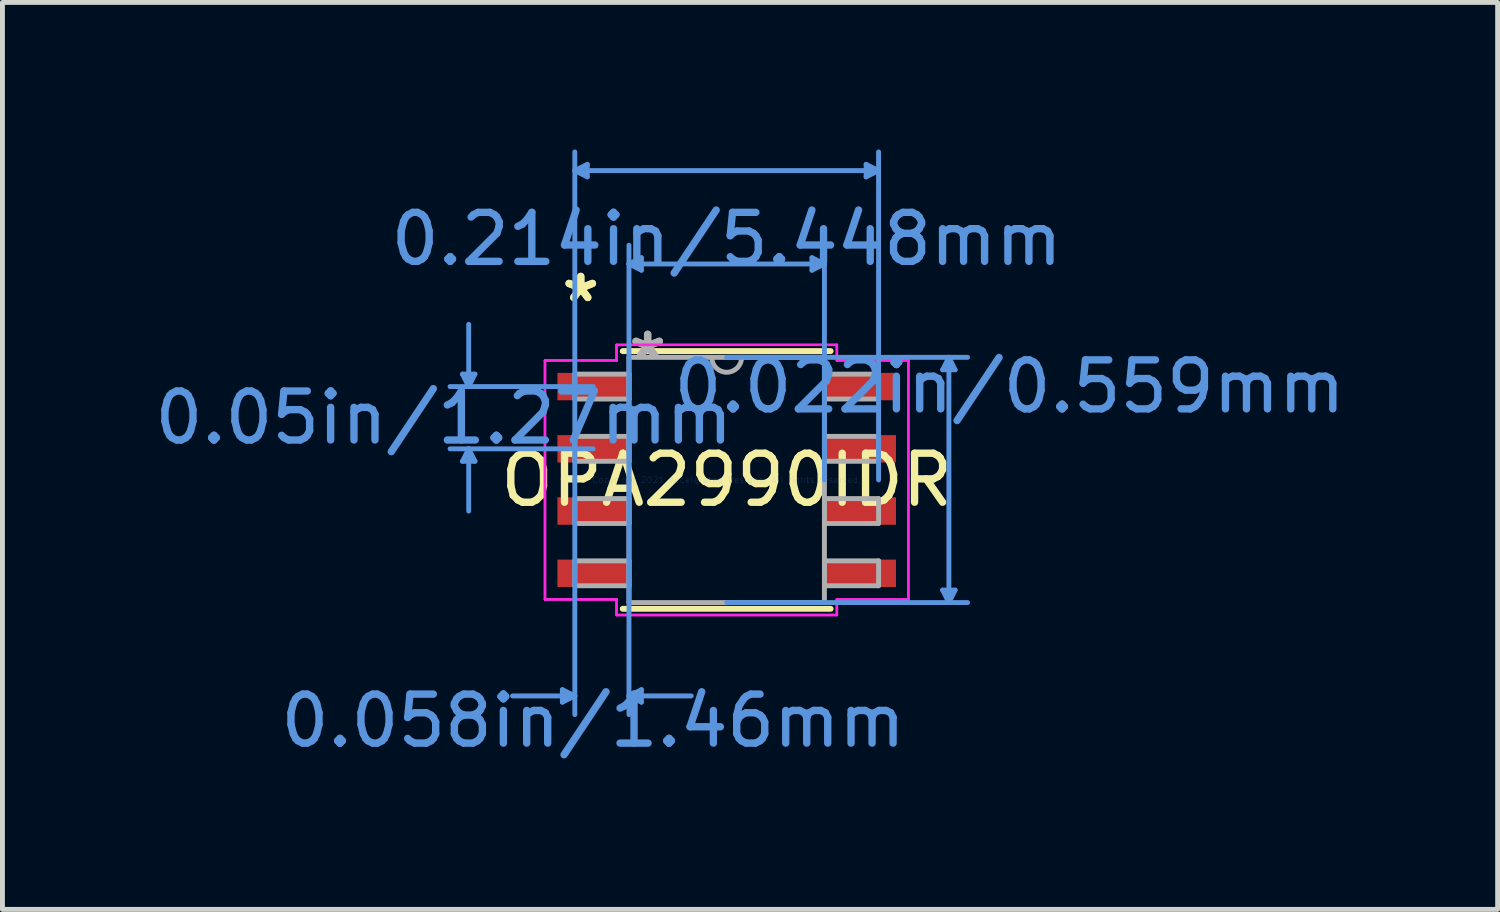
<source format=kicad_pcb>
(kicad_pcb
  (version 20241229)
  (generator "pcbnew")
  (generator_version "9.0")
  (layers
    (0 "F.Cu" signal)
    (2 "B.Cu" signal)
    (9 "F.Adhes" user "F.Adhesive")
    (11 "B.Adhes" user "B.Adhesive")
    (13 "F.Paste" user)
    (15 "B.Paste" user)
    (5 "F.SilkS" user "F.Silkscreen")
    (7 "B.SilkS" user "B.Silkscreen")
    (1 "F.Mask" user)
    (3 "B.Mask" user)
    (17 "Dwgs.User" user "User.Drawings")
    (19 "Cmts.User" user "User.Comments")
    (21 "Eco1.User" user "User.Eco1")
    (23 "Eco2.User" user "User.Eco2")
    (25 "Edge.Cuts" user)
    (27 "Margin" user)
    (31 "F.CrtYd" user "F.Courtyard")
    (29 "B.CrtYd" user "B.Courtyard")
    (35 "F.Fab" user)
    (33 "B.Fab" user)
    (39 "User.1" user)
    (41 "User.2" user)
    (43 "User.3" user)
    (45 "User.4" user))
  (footprint "OPA2990IDR"
    (layer "F.Cu")
    (at 11.778 6.743)
    (property "Reference" "OPA2990IDR" (at 0 0 0) (layer "F.SilkS") (effects (font (size 1 1) (thickness 0.15))))
    (attr through_hole)
    (fp_line (start -2.121 2.629) (end 2.121 2.629) (stroke (width 0.12) (type solid)) (layer "F.SilkS"))
    (fp_line (start 2.121 -2.629) (end -2.121 -2.629) (stroke (width 0.12) (type solid)) (layer "F.SilkS"))
    (fp_line (start -5.391 -2.159) (end -5.137 -2.159) (stroke (width 0.1) (type solid)) (layer "Cmts.User"))
    (fp_line (start -5.391 -0.381) (end -5.137 -0.381) (stroke (width 0.1) (type solid)) (layer "Cmts.User"))
    (fp_line (start -5.264 -1.905) (end -5.391 -2.159) (stroke (width 0.1) (type solid)) (layer "Cmts.User"))
    (fp_line (start -5.264 -1.905) (end -5.264 -3.175) (stroke (width 0.1) (type solid)) (layer "Cmts.User"))
    (fp_line (start -5.264 -1.905) (end -5.137 -2.159) (stroke (width 0.1) (type solid)) (layer "Cmts.User"))
    (fp_line (start -5.264 -0.635) (end -5.391 -0.381) (stroke (width 0.1) (type solid)) (layer "Cmts.User"))
    (fp_line (start -5.264 -0.635) (end -5.264 0.635) (stroke (width 0.1) (type solid)) (layer "Cmts.User"))
    (fp_line (start -5.264 -0.635) (end -5.137 -0.381) (stroke (width 0.1) (type solid)) (layer "Cmts.User"))
    (fp_line (start -3.353 4.28) (end -3.353 4.534) (stroke (width 0.1) (type solid)) (layer "Cmts.User"))
    (fp_line (start -3.099 -6.312) (end -2.845 -6.439) (stroke (width 0.1) (type solid)) (layer "Cmts.User"))
    (fp_line (start -3.099 -6.312) (end -2.845 -6.185) (stroke (width 0.1) (type solid)) (layer "Cmts.User"))
    (fp_line (start -3.099 -6.312) (end 3.099 -6.312) (stroke (width 0.1) (type solid)) (layer "Cmts.User"))
    (fp_line (start -3.099 0) (end -3.099 -6.693) (stroke (width 0.1) (type solid)) (layer "Cmts.User"))
    (fp_line (start -3.099 0) (end -3.099 4.788) (stroke (width 0.1) (type solid)) (layer "Cmts.User"))
    (fp_line (start -3.099 4.407) (end -4.369 4.407) (stroke (width 0.1) (type solid)) (layer "Cmts.User"))
    (fp_line (start -3.099 4.407) (end -3.353 4.28) (stroke (width 0.1) (type solid)) (layer "Cmts.User"))
    (fp_line (start -3.099 4.407) (end -3.353 4.534) (stroke (width 0.1) (type solid)) (layer "Cmts.User"))
    (fp_line (start -2.845 -6.439) (end -2.845 -6.185) (stroke (width 0.1) (type solid)) (layer "Cmts.User"))
    (fp_line (start -2.724 -1.905) (end -5.645 -1.905) (stroke (width 0.1) (type solid)) (layer "Cmts.User"))
    (fp_line (start -2.724 -0.635) (end -5.645 -0.635) (stroke (width 0.1) (type solid)) (layer "Cmts.User"))
    (fp_line (start -1.994 -4.407) (end -1.74 -4.534) (stroke (width 0.1) (type solid)) (layer "Cmts.User"))
    (fp_line (start -1.994 -4.407) (end -1.74 -4.28) (stroke (width 0.1) (type solid)) (layer "Cmts.User"))
    (fp_line (start -1.994 -4.407) (end 1.994 -4.407) (stroke (width 0.1) (type solid)) (layer "Cmts.User"))
    (fp_line (start -1.994 0) (end -1.994 -4.788) (stroke (width 0.1) (type solid)) (layer "Cmts.User"))
    (fp_line (start -1.994 0) (end -1.994 4.788) (stroke (width 0.1) (type solid)) (layer "Cmts.User"))
    (fp_line (start -1.994 4.407) (end -1.74 4.28) (stroke (width 0.1) (type solid)) (layer "Cmts.User"))
    (fp_line (start -1.994 4.407) (end -1.74 4.534) (stroke (width 0.1) (type solid)) (layer "Cmts.User"))
    (fp_line (start -1.994 4.407) (end -0.724 4.407) (stroke (width 0.1) (type solid)) (layer "Cmts.User"))
    (fp_line (start -1.74 -4.534) (end -1.74 -4.28) (stroke (width 0.1) (type solid)) (layer "Cmts.User"))
    (fp_line (start -1.74 4.28) (end -1.74 4.534) (stroke (width 0.1) (type solid)) (layer "Cmts.User"))
    (fp_line (start 0 -2.502) (end 4.915 -2.502) (stroke (width 0.1) (type solid)) (layer "Cmts.User"))
    (fp_line (start 0 2.502) (end 4.915 2.502) (stroke (width 0.1) (type solid)) (layer "Cmts.User"))
    (fp_line (start 1.74 -4.534) (end 1.74 -4.28) (stroke (width 0.1) (type solid)) (layer "Cmts.User"))
    (fp_line (start 1.994 -4.407) (end 1.74 -4.534) (stroke (width 0.1) (type solid)) (layer "Cmts.User"))
    (fp_line (start 1.994 -4.407) (end 1.74 -4.28) (stroke (width 0.1) (type solid)) (layer "Cmts.User"))
    (fp_line (start 1.994 0) (end 1.994 -4.788) (stroke (width 0.1) (type solid)) (layer "Cmts.User"))
    (fp_line (start 2.845 -6.439) (end 2.845 -6.185) (stroke (width 0.1) (type solid)) (layer "Cmts.User"))
    (fp_line (start 3.099 -6.312) (end 2.845 -6.439) (stroke (width 0.1) (type solid)) (layer "Cmts.User"))
    (fp_line (start 3.099 -6.312) (end 2.845 -6.185) (stroke (width 0.1) (type solid)) (layer "Cmts.User"))
    (fp_line (start 3.099 0) (end 3.099 -6.693) (stroke (width 0.1) (type solid)) (layer "Cmts.User"))
    (fp_line (start 4.407 -2.248) (end 4.661 -2.248) (stroke (width 0.1) (type solid)) (layer "Cmts.User"))
    (fp_line (start 4.407 2.248) (end 4.661 2.248) (stroke (width 0.1) (type solid)) (layer "Cmts.User"))
    (fp_line (start 4.534 -2.502) (end 4.407 -2.248) (stroke (width 0.1) (type solid)) (layer "Cmts.User"))
    (fp_line (start 4.534 -2.502) (end 4.534 2.502) (stroke (width 0.1) (type solid)) (layer "Cmts.User"))
    (fp_line (start 4.534 -2.502) (end 4.661 -2.248) (stroke (width 0.1) (type solid)) (layer "Cmts.User"))
    (fp_line (start 4.534 2.502) (end 4.407 2.248) (stroke (width 0.1) (type solid)) (layer "Cmts.User"))
    (fp_line (start 4.534 2.502) (end 4.661 2.248) (stroke (width 0.1) (type solid)) (layer "Cmts.User"))
    (fp_line (start -3.708 -2.438) (end -2.248 -2.438) (stroke (width 0.05) (type solid)) (layer "F.CrtYd"))
    (fp_line (start -3.708 -2.438) (end -2.248 -2.438) (stroke (width 0.05) (type solid)) (layer "F.CrtYd"))
    (fp_line (start -3.708 2.438) (end -3.708 -2.438) (stroke (width 0.05) (type solid)) (layer "F.CrtYd"))
    (fp_line (start -3.708 2.438) (end -3.708 -2.438) (stroke (width 0.05) (type solid)) (layer "F.CrtYd"))
    (fp_line (start -3.708 2.438) (end -2.248 2.438) (stroke (width 0.05) (type solid)) (layer "F.CrtYd"))
    (fp_line (start -2.248 -2.756) (end 2.248 -2.756) (stroke (width 0.05) (type solid)) (layer "F.CrtYd"))
    (fp_line (start -2.248 -2.756) (end 2.248 -2.756) (stroke (width 0.05) (type solid)) (layer "F.CrtYd"))
    (fp_line (start -2.248 -2.438) (end -2.248 -2.756) (stroke (width 0.05) (type solid)) (layer "F.CrtYd"))
    (fp_line (start -2.248 -2.438) (end -2.248 -2.756) (stroke (width 0.05) (type solid)) (layer "F.CrtYd"))
    (fp_line (start -2.248 2.438) (end -3.708 2.438) (stroke (width 0.05) (type solid)) (layer "F.CrtYd"))
    (fp_line (start -2.248 2.756) (end -2.248 2.438) (stroke (width 0.05) (type solid)) (layer "F.CrtYd"))
    (fp_line (start -2.248 2.756) (end -2.248 2.438) (stroke (width 0.05) (type solid)) (layer "F.CrtYd"))
    (fp_line (start 2.248 -2.756) (end 2.248 -2.438) (stroke (width 0.05) (type solid)) (layer "F.CrtYd"))
    (fp_line (start 2.248 -2.756) (end 2.248 -2.438) (stroke (width 0.05) (type solid)) (layer "F.CrtYd"))
    (fp_line (start 2.248 -2.438) (end 3.708 -2.438) (stroke (width 0.05) (type solid)) (layer "F.CrtYd"))
    (fp_line (start 2.248 2.438) (end 2.248 2.756) (stroke (width 0.05) (type solid)) (layer "F.CrtYd"))
    (fp_line (start 2.248 2.438) (end 2.248 2.756) (stroke (width 0.05) (type solid)) (layer "F.CrtYd"))
    (fp_line (start 2.248 2.756) (end -2.248 2.756) (stroke (width 0.05) (type solid)) (layer "F.CrtYd"))
    (fp_line (start 2.248 2.756) (end -2.248 2.756) (stroke (width 0.05) (type solid)) (layer "F.CrtYd"))
    (fp_line (start 3.708 -2.438) (end 2.248 -2.438) (stroke (width 0.05) (type solid)) (layer "F.CrtYd"))
    (fp_line (start 3.708 -2.438) (end 3.708 2.438) (stroke (width 0.05) (type solid)) (layer "F.CrtYd"))
    (fp_line (start 3.708 -2.438) (end 3.708 2.438) (stroke (width 0.05) (type solid)) (layer "F.CrtYd"))
    (fp_line (start 3.708 2.438) (end 2.248 2.438) (stroke (width 0.05) (type solid)) (layer "F.CrtYd"))
    (fp_line (start 3.708 2.438) (end 2.248 2.438) (stroke (width 0.05) (type solid)) (layer "F.CrtYd"))
    (fp_line (start -3.099 -2.159) (end -3.099 -1.651) (stroke (width 0.1) (type solid)) (layer "F.Fab"))
    (fp_line (start -3.099 -1.651) (end -1.994 -1.651) (stroke (width 0.1) (type solid)) (layer "F.Fab"))
    (fp_line (start -3.099 -0.889) (end -3.099 -0.381) (stroke (width 0.1) (type solid)) (layer "F.Fab"))
    (fp_line (start -3.099 -0.381) (end -1.994 -0.381) (stroke (width 0.1) (type solid)) (layer "F.Fab"))
    (fp_line (start -3.099 0.381) (end -3.099 0.889) (stroke (width 0.1) (type solid)) (layer "F.Fab"))
    (fp_line (start -3.099 0.889) (end -1.994 0.889) (stroke (width 0.1) (type solid)) (layer "F.Fab"))
    (fp_line (start -3.099 1.651) (end -3.099 2.159) (stroke (width 0.1) (type solid)) (layer "F.Fab"))
    (fp_line (start -3.099 2.159) (end -1.994 2.159) (stroke (width 0.1) (type solid)) (layer "F.Fab"))
    (fp_line (start -1.994 -2.502) (end -1.994 2.502) (stroke (width 0.1) (type solid)) (layer "F.Fab"))
    (fp_line (start -1.994 -2.159) (end -3.099 -2.159) (stroke (width 0.1) (type solid)) (layer "F.Fab"))
    (fp_line (start -1.994 -1.651) (end -1.994 -2.159) (stroke (width 0.1) (type solid)) (layer "F.Fab"))
    (fp_line (start -1.994 -0.889) (end -3.099 -0.889) (stroke (width 0.1) (type solid)) (layer "F.Fab"))
    (fp_line (start -1.994 -0.381) (end -1.994 -0.889) (stroke (width 0.1) (type solid)) (layer "F.Fab"))
    (fp_line (start -1.994 0.381) (end -3.099 0.381) (stroke (width 0.1) (type solid)) (layer "F.Fab"))
    (fp_line (start -1.994 0.889) (end -1.994 0.381) (stroke (width 0.1) (type solid)) (layer "F.Fab"))
    (fp_line (start -1.994 1.651) (end -3.099 1.651) (stroke (width 0.1) (type solid)) (layer "F.Fab"))
    (fp_line (start -1.994 2.159) (end -1.994 1.651) (stroke (width 0.1) (type solid)) (layer "F.Fab"))
    (fp_line (start -1.994 2.502) (end 1.994 2.502) (stroke (width 0.1) (type solid)) (layer "F.Fab"))
    (fp_line (start 1.994 -2.502) (end -1.994 -2.502) (stroke (width 0.1) (type solid)) (layer "F.Fab"))
    (fp_line (start 1.994 -2.159) (end 1.994 -1.651) (stroke (width 0.1) (type solid)) (layer "F.Fab"))
    (fp_line (start 1.994 -1.651) (end 3.099 -1.651) (stroke (width 0.1) (type solid)) (layer "F.Fab"))
    (fp_line (start 1.994 -0.889) (end 1.994 -0.381) (stroke (width 0.1) (type solid)) (layer "F.Fab"))
    (fp_line (start 1.994 -0.381) (end 3.099 -0.381) (stroke (width 0.1) (type solid)) (layer "F.Fab"))
    (fp_line (start 1.994 0.381) (end 1.994 0.889) (stroke (width 0.1) (type solid)) (layer "F.Fab"))
    (fp_line (start 1.994 0.889) (end 3.099 0.889) (stroke (width 0.1) (type solid)) (layer "F.Fab"))
    (fp_line (start 1.994 1.651) (end 1.994 2.159) (stroke (width 0.1) (type solid)) (layer "F.Fab"))
    (fp_line (start 1.994 2.159) (end 3.099 2.159) (stroke (width 0.1) (type solid)) (layer "F.Fab"))
    (fp_line (start 1.994 2.502) (end 1.994 -2.502) (stroke (width 0.1) (type solid)) (layer "F.Fab"))
    (fp_line (start 3.099 -2.159) (end 1.994 -2.159) (stroke (width 0.1) (type solid)) (layer "F.Fab"))
    (fp_line (start 3.099 -1.651) (end 3.099 -2.159) (stroke (width 0.1) (type solid)) (layer "F.Fab"))
    (fp_line (start 3.099 -0.889) (end 1.994 -0.889) (stroke (width 0.1) (type solid)) (layer "F.Fab"))
    (fp_line (start 3.099 -0.381) (end 3.099 -0.889) (stroke (width 0.1) (type solid)) (layer "F.Fab"))
    (fp_line (start 3.099 0.381) (end 1.994 0.381) (stroke (width 0.1) (type solid)) (layer "F.Fab"))
    (fp_line (start 3.099 0.889) (end 3.099 0.381) (stroke (width 0.1) (type solid)) (layer "F.Fab"))
    (fp_line (start 3.099 1.651) (end 1.994 1.651) (stroke (width 0.1) (type solid)) (layer "F.Fab"))
    (fp_line (start 3.099 2.159) (end 3.099 1.651) (stroke (width 0.1) (type solid)) (layer "F.Fab"))
    (fp_arc (start 0.3048 -2.5019) (mid 0 -2.1971) (end -0.3048 -2.5019) (stroke (width 0.1) (type solid)) (layer "F.Fab"))
    (fp_text user "*" (at -2.978 -3.607 0) (layer "F.SilkS") (effects (font (size 1 1) (thickness 0.15))))
    (fp_text user "*" (at -2.978 -3.607 0) (layer "F.SilkS") (effects (font (size 1 1) (thickness 0.15))))
    (fp_text user "0.058in/1.46mm" (at -2.724 4.915 0) (layer "Cmts.User") (effects (font (size 1 1) (thickness 0.15))))
    (fp_text user "0.022in/0.559mm" (at 5.772 -1.905 0) (layer "Cmts.User") (effects (font (size 1 1) (thickness 0.15))))
    (fp_text user "0.214in/5.448mm" (at 0 -4.915 0) (layer "Cmts.User") (effects (font (size 1 1) (thickness 0.15))))
    (fp_text user "Copyright 2021 Accelerated Designs. All rights reserved." (at 0 0 0) (layer "Cmts.User") (effects (font (size 0.127 0.127) (thickness 0.002))))
    (fp_text user "0.05in/1.27mm" (at -5.772 -1.27 0) (layer "Cmts.User") (effects (font (size 1 1) (thickness 0.15))))
    (fp_text user "*" (at -1.613 -2.426 0) (layer "F.Fab") (effects (font (size 1 1) (thickness 0.15))))
    (fp_text user "*" (at -1.613 -2.426 0) (layer "F.Fab") (effects (font (size 1 1) (thickness 0.15))))
    (pad "1" smd rect (at -2.724 -1.905) (size 1.46 0.559) (layers "F.Cu" "F.Mask" "F.Paste"))
    (pad "2" smd rect (at -2.724 -0.635) (size 1.46 0.559) (layers "F.Cu" "F.Mask" "F.Paste"))
    (pad "3" smd rect (at -2.724 0.635) (size 1.46 0.559) (layers "F.Cu" "F.Mask" "F.Paste"))
    (pad "4" smd rect (at -2.724 1.905) (size 1.46 0.559) (layers "F.Cu" "F.Mask" "F.Paste"))
    (pad "5" smd rect (at 2.724 1.905) (size 1.46 0.559) (layers "F.Cu" "F.Mask" "F.Paste"))
    (pad "6" smd rect (at 2.724 0.635) (size 1.46 0.559) (layers "F.Cu" "F.Mask" "F.Paste"))
    (pad "7" smd rect (at 2.724 -0.635) (size 1.46 0.559) (layers "F.Cu" "F.Mask" "F.Paste"))
    (pad "8" smd rect (at 2.724 -1.905) (size 1.46 0.559) (layers "F.Cu" "F.Mask" "F.Paste")))
  (gr_rect
    (start -3 -3)
    (end 27.509 15.506)
    (stroke (width 0.1) (type default))
    (fill no)
    (layer "Edge.Cuts")))
</source>
